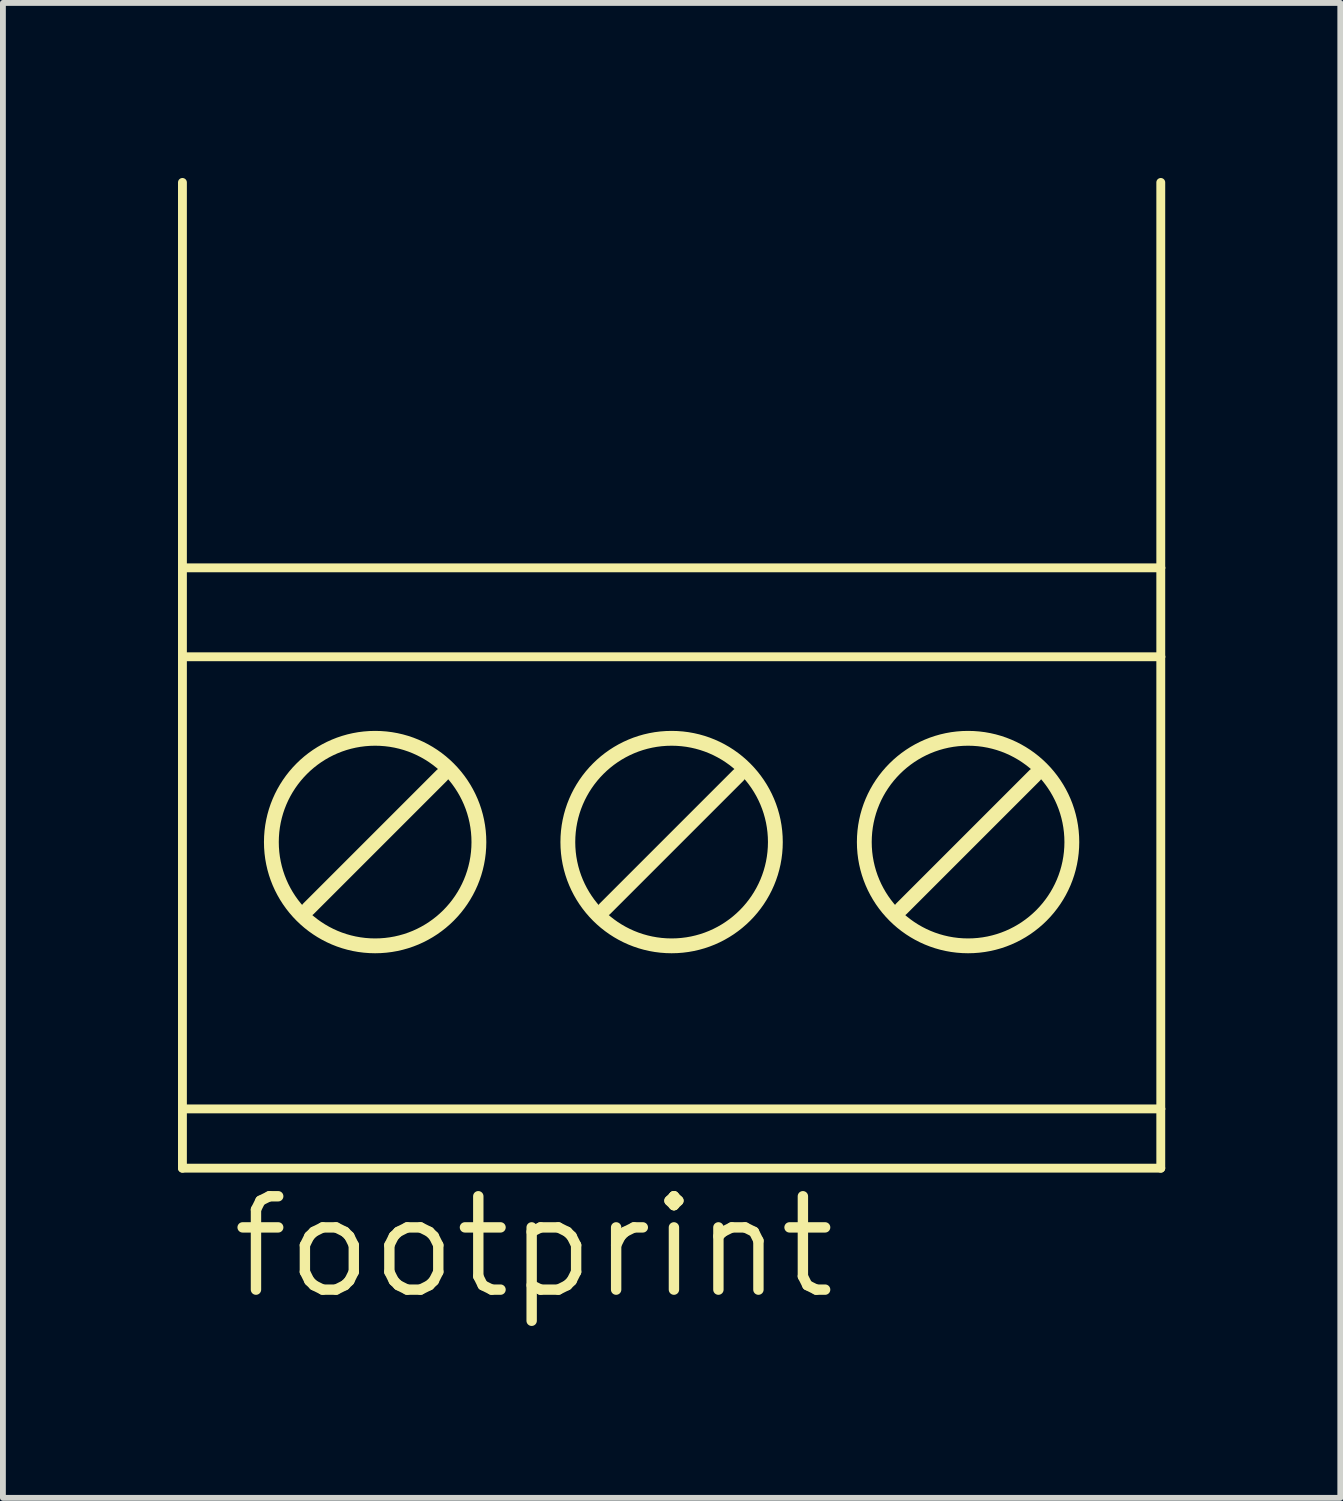
<source format=kicad_pcb>
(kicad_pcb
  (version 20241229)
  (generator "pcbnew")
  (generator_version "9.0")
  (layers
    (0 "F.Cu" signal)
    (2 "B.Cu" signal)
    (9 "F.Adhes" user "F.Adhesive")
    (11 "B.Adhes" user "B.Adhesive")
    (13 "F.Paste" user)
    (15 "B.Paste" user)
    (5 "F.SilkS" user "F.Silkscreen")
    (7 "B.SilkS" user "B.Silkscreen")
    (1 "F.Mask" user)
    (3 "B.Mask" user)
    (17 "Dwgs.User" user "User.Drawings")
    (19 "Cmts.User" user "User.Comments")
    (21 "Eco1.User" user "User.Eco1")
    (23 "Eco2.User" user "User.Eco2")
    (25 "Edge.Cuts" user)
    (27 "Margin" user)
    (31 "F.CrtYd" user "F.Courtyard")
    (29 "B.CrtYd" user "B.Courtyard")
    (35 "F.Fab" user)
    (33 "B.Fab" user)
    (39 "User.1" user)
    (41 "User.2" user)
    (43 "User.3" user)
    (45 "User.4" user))
  (footprint "footprint"
    (layer "F.Cu")
    (at 8.458 10.109)
    (property "Reference" "footprint" (at -7.62 9.144 0) (layer "F.SilkS") (effects (font (size 1.6 1.6) (thickness 0.178)) (justify left bottom)))
    (fp_line (start -8.382 -10.033) (end -8.382 -3.429) (stroke (width 0.152) (type solid)) (layer "F.SilkS"))
    (fp_line (start -8.382 -3.429) (end -8.382 -1.905) (stroke (width 0.152) (type solid)) (layer "F.SilkS"))
    (fp_line (start -8.382 -3.429) (end 8.382 -3.429) (stroke (width 0.152) (type solid)) (layer "F.SilkS"))
    (fp_line (start -8.382 -1.905) (end -8.382 5.842) (stroke (width 0.152) (type solid)) (layer "F.SilkS"))
    (fp_line (start -8.382 -1.905) (end 8.382 -1.905) (stroke (width 0.152) (type solid)) (layer "F.SilkS"))
    (fp_line (start -8.382 5.842) (end -8.382 6.858) (stroke (width 0.152) (type solid)) (layer "F.SilkS"))
    (fp_line (start -8.382 5.842) (end 8.382 5.842) (stroke (width 0.152) (type solid)) (layer "F.SilkS"))
    (fp_line (start -8.382 6.858) (end 8.382 6.858) (stroke (width 0.152) (type solid)) (layer "F.SilkS"))
    (fp_line (start -6.223 2.413) (end -3.937 0.127) (stroke (width 0.254) (type solid)) (layer "F.SilkS"))
    (fp_line (start -1.143 2.413) (end 1.143 0.127) (stroke (width 0.254) (type solid)) (layer "F.SilkS"))
    (fp_line (start 3.937 2.413) (end 6.223 0.127) (stroke (width 0.254) (type solid)) (layer "F.SilkS"))
    (fp_line (start 8.382 -10.033) (end 8.382 -3.429) (stroke (width 0.152) (type solid)) (layer "F.SilkS"))
    (fp_line (start 8.382 -3.429) (end 8.382 -1.905) (stroke (width 0.152) (type solid)) (layer "F.SilkS"))
    (fp_line (start 8.382 -1.905) (end 8.382 5.842) (stroke (width 0.152) (type solid)) (layer "F.SilkS"))
    (fp_line (start 8.382 5.842) (end 8.382 6.858) (stroke (width 0.152) (type solid)) (layer "F.SilkS"))
    (fp_circle (center -5.08 1.27) (end -3.302 1.27) (stroke (width 0.254) (type solid)) (fill no) (layer "F.SilkS"))
    (fp_circle (center 0 1.27) (end 1.778 1.27) (stroke (width 0.254) (type solid)) (fill no) (layer "F.SilkS"))
    (fp_circle (center 5.08 1.27) (end 6.858 1.27) (stroke (width 0.254) (type solid)) (fill no) (layer "F.SilkS")))
  (gr_rect
    (start -3 -3)
    (end 19.916 22.616)
    (stroke (width 0.1) (type default))
    (fill no)
    (layer "Edge.Cuts")))
</source>
